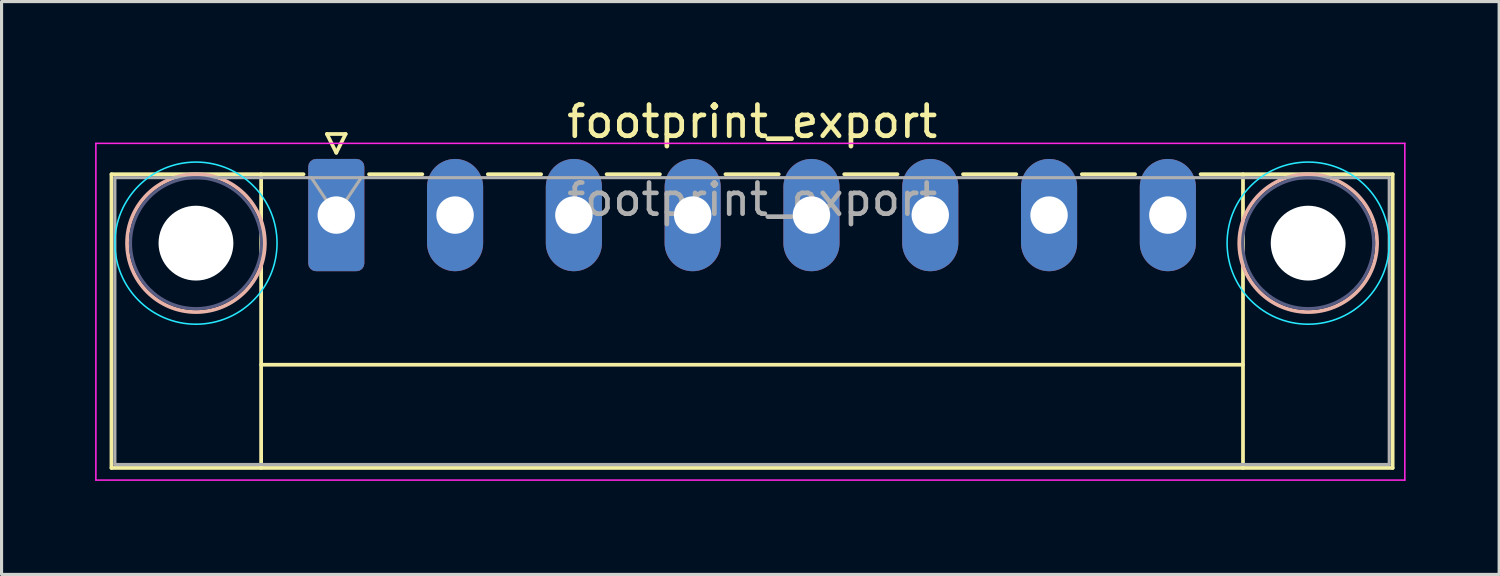
<source format=kicad_pcb>
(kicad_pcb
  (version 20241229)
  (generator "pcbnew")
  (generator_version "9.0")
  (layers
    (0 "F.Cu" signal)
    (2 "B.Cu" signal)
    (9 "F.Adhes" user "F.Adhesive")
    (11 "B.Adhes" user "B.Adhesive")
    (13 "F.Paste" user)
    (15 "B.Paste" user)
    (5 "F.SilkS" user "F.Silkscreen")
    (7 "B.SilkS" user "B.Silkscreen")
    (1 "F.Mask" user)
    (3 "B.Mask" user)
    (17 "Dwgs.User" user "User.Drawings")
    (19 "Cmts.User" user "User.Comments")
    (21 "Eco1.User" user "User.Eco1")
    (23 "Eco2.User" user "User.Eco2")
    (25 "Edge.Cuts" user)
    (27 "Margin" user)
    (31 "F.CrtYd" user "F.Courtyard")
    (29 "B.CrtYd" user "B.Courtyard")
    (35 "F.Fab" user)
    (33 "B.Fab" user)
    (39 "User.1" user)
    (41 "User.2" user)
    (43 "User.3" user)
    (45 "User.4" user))
  (footprint "footprint_export"
    (layer "F.Cu")
    (at 7.735 3.848)
    (property "Reference" "footprint_export" (at 13.34 -3 0) (layer "F.SilkS") (effects (font (size 1 1) (thickness 0.15))))
    (attr through_hole)
    (fp_line (start -7.21 -1.31) (end -7.21 8.11) (stroke (width 0.12) (type solid)) (layer "F.SilkS"))
    (fp_line (start -7.21 -1.31) (end -1.05 -1.31) (stroke (width 0.12) (type solid)) (layer "F.SilkS"))
    (fp_line (start -7.21 8.11) (end 33.88 8.11) (stroke (width 0.12) (type solid)) (layer "F.SilkS"))
    (fp_line (start -2.41 -1.31) (end -2.41 8.11) (stroke (width 0.12) (type solid)) (layer "F.SilkS"))
    (fp_line (start -2.41 4.8) (end 29.08 4.8) (stroke (width 0.12) (type solid)) (layer "F.SilkS"))
    (fp_line (start -0.3 -2.6) (end 0.3 -2.6) (stroke (width 0.12) (type solid)) (layer "F.SilkS"))
    (fp_line (start 0 -2) (end -0.3 -2.6) (stroke (width 0.12) (type solid)) (layer "F.SilkS"))
    (fp_line (start 0.3 -2.6) (end 0 -2) (stroke (width 0.12) (type solid)) (layer "F.SilkS"))
    (fp_line (start 1.05 -1.31) (end 2.76 -1.31) (stroke (width 0.12) (type solid)) (layer "F.SilkS"))
    (fp_line (start 4.86 -1.31) (end 6.57 -1.31) (stroke (width 0.12) (type solid)) (layer "F.SilkS"))
    (fp_line (start 8.67 -1.31) (end 10.38 -1.31) (stroke (width 0.12) (type solid)) (layer "F.SilkS"))
    (fp_line (start 12.48 -1.31) (end 14.19 -1.31) (stroke (width 0.12) (type solid)) (layer "F.SilkS"))
    (fp_line (start 16.29 -1.31) (end 18 -1.31) (stroke (width 0.12) (type solid)) (layer "F.SilkS"))
    (fp_line (start 20.1 -1.31) (end 21.81 -1.31) (stroke (width 0.12) (type solid)) (layer "F.SilkS"))
    (fp_line (start 23.91 -1.31) (end 25.62 -1.31) (stroke (width 0.12) (type solid)) (layer "F.SilkS"))
    (fp_line (start 29.08 -1.31) (end 29.08 8.11) (stroke (width 0.12) (type solid)) (layer "F.SilkS"))
    (fp_line (start 33.88 -1.31) (end 27.72 -1.31) (stroke (width 0.12) (type solid)) (layer "F.SilkS"))
    (fp_line (start 33.88 8.11) (end 33.88 -1.31) (stroke (width 0.12) (type solid)) (layer "F.SilkS"))
    (fp_circle (center -4.5 0.9) (end -2.29 0.9) (stroke (width 0.12) (type solid)) (fill no) (layer "B.SilkS"))
    (fp_circle (center 31.17 0.9) (end 33.38 0.9) (stroke (width 0.12) (type solid)) (fill no) (layer "B.SilkS"))
    (fp_circle (center -4.5 0.9) (end -1.9 0.9) (stroke (width 0.05) (type solid)) (fill no) (layer "B.CrtYd"))
    (fp_circle (center 31.17 0.9) (end 33.77 0.9) (stroke (width 0.05) (type solid)) (fill no) (layer "B.CrtYd"))
    (fp_line (start -7.71 -2.3) (end -7.71 8.5) (stroke (width 0.05) (type solid)) (layer "F.CrtYd"))
    (fp_line (start -7.71 8.5) (end 34.27 8.5) (stroke (width 0.05) (type solid)) (layer "F.CrtYd"))
    (fp_line (start 34.27 -2.3) (end -7.71 -2.3) (stroke (width 0.05) (type solid)) (layer "F.CrtYd"))
    (fp_line (start 34.27 8.5) (end 34.27 -2.3) (stroke (width 0.05) (type solid)) (layer "F.CrtYd"))
    (fp_circle (center -4.5 0.9) (end -2.4 0.9) (stroke (width 0.1) (type solid)) (fill no) (layer "B.Fab"))
    (fp_circle (center 31.17 0.9) (end 33.27 0.9) (stroke (width 0.1) (type solid)) (fill no) (layer "B.Fab"))
    (fp_line (start -7.1 -1.2) (end -7.1 8) (stroke (width 0.1) (type solid)) (layer "F.Fab"))
    (fp_line (start -7.1 8) (end 33.77 8) (stroke (width 0.1) (type solid)) (layer "F.Fab"))
    (fp_line (start 0 0) (end -0.8 -1.2) (stroke (width 0.1) (type solid)) (layer "F.Fab"))
    (fp_line (start 0.8 -1.2) (end 0 0) (stroke (width 0.1) (type solid)) (layer "F.Fab"))
    (fp_line (start 33.77 -1.2) (end -7.1 -1.2) (stroke (width 0.1) (type solid)) (layer "F.Fab"))
    (fp_line (start 33.77 8) (end 33.77 -1.2) (stroke (width 0.1) (type solid)) (layer "F.Fab"))
    (fp_text user "${REFERENCE}" (at 13.34 -0.5 0) (layer "F.Fab") (effects (font (size 1 1) (thickness 0.15))))
    (pad "" np_thru_hole circle (at -4.5 0.9) (size 2.4 2.4) (drill 2.4) (layers "*.Cu" "*.Mask"))
    (pad "" np_thru_hole circle (at 31.17 0.9) (size 2.4 2.4) (drill 2.4) (layers "*.Cu" "*.Mask"))
    (pad "1" thru_hole roundrect (at 0 0) (size 1.8 3.6) (drill 1.2) (layers "*.Cu" "*.Mask") (roundrect_rratio 0.139))
    (pad "2" thru_hole oval (at 3.81 0) (size 1.8 3.6) (drill 1.2) (layers "*.Cu" "*.Mask"))
    (pad "3" thru_hole oval (at 7.62 0) (size 1.8 3.6) (drill 1.2) (layers "*.Cu" "*.Mask"))
    (pad "4" thru_hole oval (at 11.43 0) (size 1.8 3.6) (drill 1.2) (layers "*.Cu" "*.Mask"))
    (pad "5" thru_hole oval (at 15.24 0) (size 1.8 3.6) (drill 1.2) (layers "*.Cu" "*.Mask"))
    (pad "6" thru_hole oval (at 19.05 0) (size 1.8 3.6) (drill 1.2) (layers "*.Cu" "*.Mask"))
    (pad "7" thru_hole oval (at 22.86 0) (size 1.8 3.6) (drill 1.2) (layers "*.Cu" "*.Mask"))
    (pad "8" thru_hole oval (at 26.67 0) (size 1.8 3.6) (drill 1.2) (layers "*.Cu" "*.Mask")))
  (gr_rect
    (start -3 -3)
    (end 45.03 15.373)
    (stroke (width 0.1) (type default))
    (fill no)
    (layer "Edge.Cuts")))
</source>
